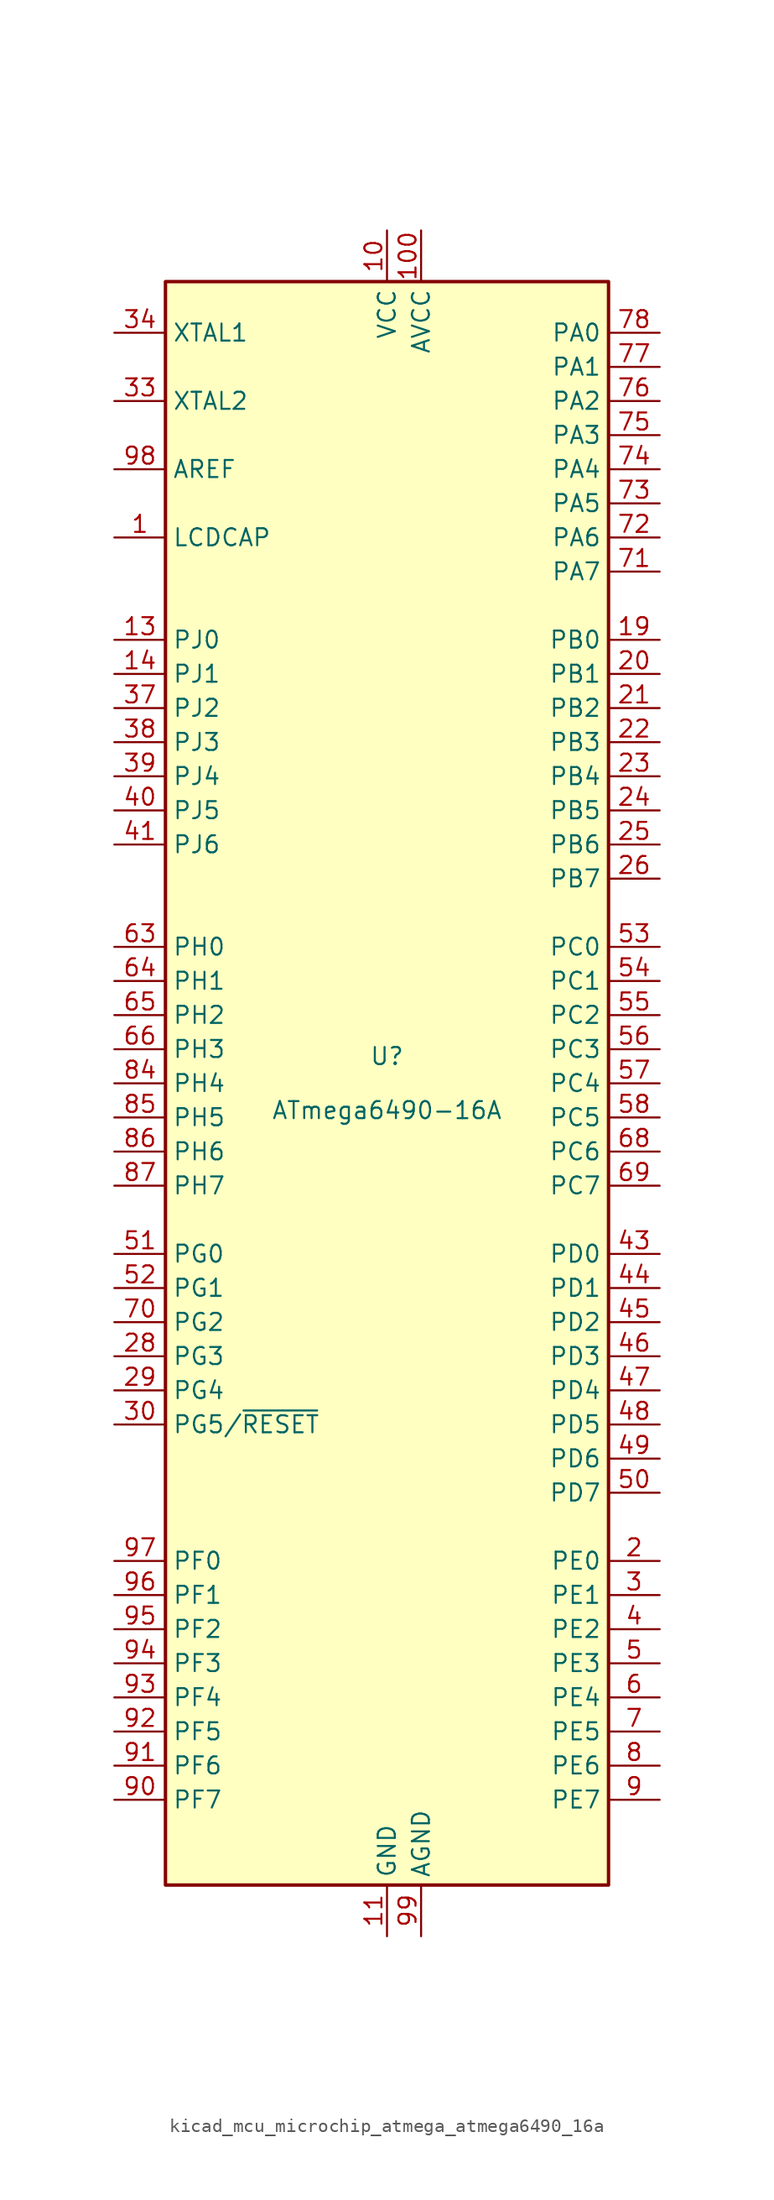
<source format=kicad_sym>
(kicad_symbol_lib
  (version 20220914)
  (generator kicad_symbol_editor)
  (symbol "kicad_mcu_microchip_atmega_atmega6490_16a"
    (property "Reference" "U"
      (at 0 1.27 0)
      (effects (font (size 1.27 1.27)) (justify bottom)))
    (property "Value" "ATmega6490-16A"
      (at 0 -1.27 0)
      (effects (font (size 1.27 1.27)) (justify top)))
    (symbol "kicad_mcu_microchip_atmega_atmega6490_16a_0_1"
      (rectangle (start -16.51 -59.69) (end 16.51 59.69) (stroke (width 0.254) (type default)) (fill (type background))))
    (symbol "kicad_mcu_microchip_atmega_atmega6490_16a_1_1"
      (pin passive line (at -20.32 40.64 0) (length 3.81) (name "LCDCAP" (effects (font (size 1.27 1.27)))) (number "1" (effects (font (size 1.27 1.27)))))
      (pin power_in line (at 0 63.5 270) (length 3.81) (name "VCC" (effects (font (size 1.27 1.27)))) (number "10" (effects (font (size 1.27 1.27)))))
      (pin power_in line (at 2.54 63.5 270) (length 3.81) (name "AVCC" (effects (font (size 1.27 1.27)))) (number "100" (effects (font (size 1.27 1.27)))))
      (pin power_in line (at 0 -63.5 90) (length 3.81) (name "GND" (effects (font (size 1.27 1.27)))) (number "11" (effects (font (size 1.27 1.27)))))
      (pin no_connect line (at -15.24 38.1 0) (length 2.54) hide (name "NC" (effects (font (size 1.27 1.27)))) (number "12" (effects (font (size 1.27 1.27)))))
      (pin bidirectional line (at -20.32 33.02 0) (length 3.81) (name "PJ0" (effects (font (size 1.27 1.27)))) (number "13" (effects (font (size 1.27 1.27)))))
      (pin bidirectional line (at -20.32 30.48 0) (length 3.81) (name "PJ1" (effects (font (size 1.27 1.27)))) (number "14" (effects (font (size 1.27 1.27)))))
      (pin no_connect line (at -15.24 35.56 0) (length 2.54) hide (name "NC" (effects (font (size 1.27 1.27)))) (number "15" (effects (font (size 1.27 1.27)))))
      (pin no_connect line (at -15.24 15.24 0) (length 2.54) hide (name "NC" (effects (font (size 1.27 1.27)))) (number "16" (effects (font (size 1.27 1.27)))))
      (pin no_connect line (at -15.24 12.7 0) (length 2.54) hide (name "NC" (effects (font (size 1.27 1.27)))) (number "17" (effects (font (size 1.27 1.27)))))
      (pin no_connect line (at -15.24 -10.16 0) (length 2.54) hide (name "NC" (effects (font (size 1.27 1.27)))) (number "18" (effects (font (size 1.27 1.27)))))
      (pin bidirectional line (at 20.32 33.02 180) (length 3.81) (name "PB0" (effects (font (size 1.27 1.27)))) (number "19" (effects (font (size 1.27 1.27)))))
      (pin bidirectional line (at 20.32 -35.56 180) (length 3.81) (name "PE0" (effects (font (size 1.27 1.27)))) (number "2" (effects (font (size 1.27 1.27)))))
      (pin bidirectional line (at 20.32 30.48 180) (length 3.81) (name "PB1" (effects (font (size 1.27 1.27)))) (number "20" (effects (font (size 1.27 1.27)))))
      (pin bidirectional line (at 20.32 27.94 180) (length 3.81) (name "PB2" (effects (font (size 1.27 1.27)))) (number "21" (effects (font (size 1.27 1.27)))))
      (pin bidirectional line (at 20.32 25.4 180) (length 3.81) (name "PB3" (effects (font (size 1.27 1.27)))) (number "22" (effects (font (size 1.27 1.27)))))
      (pin bidirectional line (at 20.32 22.86 180) (length 3.81) (name "PB4" (effects (font (size 1.27 1.27)))) (number "23" (effects (font (size 1.27 1.27)))))
      (pin bidirectional line (at 20.32 20.32 180) (length 3.81) (name "PB5" (effects (font (size 1.27 1.27)))) (number "24" (effects (font (size 1.27 1.27)))))
      (pin bidirectional line (at 20.32 17.78 180) (length 3.81) (name "PB6" (effects (font (size 1.27 1.27)))) (number "25" (effects (font (size 1.27 1.27)))))
      (pin bidirectional line (at 20.32 15.24 180) (length 3.81) (name "PB7" (effects (font (size 1.27 1.27)))) (number "26" (effects (font (size 1.27 1.27)))))
      (pin no_connect line (at -15.24 -27.94 0) (length 2.54) hide (name "NC" (effects (font (size 1.27 1.27)))) (number "27" (effects (font (size 1.27 1.27)))))
      (pin bidirectional line (at -20.32 -20.32 0) (length 3.81) (name "PG3" (effects (font (size 1.27 1.27)))) (number "28" (effects (font (size 1.27 1.27)))))
      (pin bidirectional line (at -20.32 -22.86 0) (length 3.81) (name "PG4" (effects (font (size 1.27 1.27)))) (number "29" (effects (font (size 1.27 1.27)))))
      (pin bidirectional line (at 20.32 -38.1 180) (length 3.81) (name "PE1" (effects (font (size 1.27 1.27)))) (number "3" (effects (font (size 1.27 1.27)))))
      (pin bidirectional line (at -20.32 -25.4 0) (length 3.81) (name "PG5/~{RESET}" (effects (font (size 1.27 1.27)))) (number "30" (effects (font (size 1.27 1.27)))))
      (pin passive line (at 0 63.5 270) (length 3.81) hide (name "VCC" (effects (font (size 1.27 1.27)))) (number "31" (effects (font (size 1.27 1.27)))))
      (pin passive line (at 0 -63.5 90) (length 3.81) hide (name "GND" (effects (font (size 1.27 1.27)))) (number "32" (effects (font (size 1.27 1.27)))))
      (pin output line (at -20.32 50.8 0) (length 3.81) (name "XTAL2" (effects (font (size 1.27 1.27)))) (number "33" (effects (font (size 1.27 1.27)))))
      (pin input line (at -20.32 55.88 0) (length 3.81) (name "XTAL1" (effects (font (size 1.27 1.27)))) (number "34" (effects (font (size 1.27 1.27)))))
      (pin no_connect line (at -15.24 -30.48 0) (length 2.54) hide (name "NC" (effects (font (size 1.27 1.27)))) (number "35" (effects (font (size 1.27 1.27)))))
      (pin no_connect line (at -15.24 -33.02 0) (length 2.54) hide (name "NC" (effects (font (size 1.27 1.27)))) (number "36" (effects (font (size 1.27 1.27)))))
      (pin bidirectional line (at -20.32 27.94 0) (length 3.81) (name "PJ2" (effects (font (size 1.27 1.27)))) (number "37" (effects (font (size 1.27 1.27)))))
      (pin bidirectional line (at -20.32 25.4 0) (length 3.81) (name "PJ3" (effects (font (size 1.27 1.27)))) (number "38" (effects (font (size 1.27 1.27)))))
      (pin bidirectional line (at -20.32 22.86 0) (length 3.81) (name "PJ4" (effects (font (size 1.27 1.27)))) (number "39" (effects (font (size 1.27 1.27)))))
      (pin bidirectional line (at 20.32 -40.64 180) (length 3.81) (name "PE2" (effects (font (size 1.27 1.27)))) (number "4" (effects (font (size 1.27 1.27)))))
      (pin bidirectional line (at -20.32 20.32 0) (length 3.81) (name "PJ5" (effects (font (size 1.27 1.27)))) (number "40" (effects (font (size 1.27 1.27)))))
      (pin bidirectional line (at -20.32 17.78 0) (length 3.81) (name "PJ6" (effects (font (size 1.27 1.27)))) (number "41" (effects (font (size 1.27 1.27)))))
      (pin no_connect line (at -15.24 -58.42 90) (length 2.54) hide (name "NC" (effects (font (size 1.27 1.27)))) (number "42" (effects (font (size 1.27 1.27)))))
      (pin bidirectional line (at 20.32 -12.7 180) (length 3.81) (name "PD0" (effects (font (size 1.27 1.27)))) (number "43" (effects (font (size 1.27 1.27)))))
      (pin bidirectional line (at 20.32 -15.24 180) (length 3.81) (name "PD1" (effects (font (size 1.27 1.27)))) (number "44" (effects (font (size 1.27 1.27)))))
      (pin bidirectional line (at 20.32 -17.78 180) (length 3.81) (name "PD2" (effects (font (size 1.27 1.27)))) (number "45" (effects (font (size 1.27 1.27)))))
      (pin bidirectional line (at 20.32 -20.32 180) (length 3.81) (name "PD3" (effects (font (size 1.27 1.27)))) (number "46" (effects (font (size 1.27 1.27)))))
      (pin bidirectional line (at 20.32 -22.86 180) (length 3.81) (name "PD4" (effects (font (size 1.27 1.27)))) (number "47" (effects (font (size 1.27 1.27)))))
      (pin bidirectional line (at 20.32 -25.4 180) (length 3.81) (name "PD5" (effects (font (size 1.27 1.27)))) (number "48" (effects (font (size 1.27 1.27)))))
      (pin bidirectional line (at 20.32 -27.94 180) (length 3.81) (name "PD6" (effects (font (size 1.27 1.27)))) (number "49" (effects (font (size 1.27 1.27)))))
      (pin bidirectional line (at 20.32 -43.18 180) (length 3.81) (name "PE3" (effects (font (size 1.27 1.27)))) (number "5" (effects (font (size 1.27 1.27)))))
      (pin bidirectional line (at 20.32 -30.48 180) (length 3.81) (name "PD7" (effects (font (size 1.27 1.27)))) (number "50" (effects (font (size 1.27 1.27)))))
      (pin bidirectional line (at -20.32 -12.7 0) (length 3.81) (name "PG0" (effects (font (size 1.27 1.27)))) (number "51" (effects (font (size 1.27 1.27)))))
      (pin bidirectional line (at -20.32 -15.24 0) (length 3.81) (name "PG1" (effects (font (size 1.27 1.27)))) (number "52" (effects (font (size 1.27 1.27)))))
      (pin bidirectional line (at 20.32 10.16 180) (length 3.81) (name "PC0" (effects (font (size 1.27 1.27)))) (number "53" (effects (font (size 1.27 1.27)))))
      (pin bidirectional line (at 20.32 7.62 180) (length 3.81) (name "PC1" (effects (font (size 1.27 1.27)))) (number "54" (effects (font (size 1.27 1.27)))))
      (pin bidirectional line (at 20.32 5.08 180) (length 3.81) (name "PC2" (effects (font (size 1.27 1.27)))) (number "55" (effects (font (size 1.27 1.27)))))
      (pin bidirectional line (at 20.32 2.54 180) (length 3.81) (name "PC3" (effects (font (size 1.27 1.27)))) (number "56" (effects (font (size 1.27 1.27)))))
      (pin bidirectional line (at 20.32 0 180) (length 3.81) (name "PC4" (effects (font (size 1.27 1.27)))) (number "57" (effects (font (size 1.27 1.27)))))
      (pin bidirectional line (at 20.32 -2.54 180) (length 3.81) (name "PC5" (effects (font (size 1.27 1.27)))) (number "58" (effects (font (size 1.27 1.27)))))
      (pin no_connect line (at -12.7 -58.42 90) (length 2.54) hide (name "NC" (effects (font (size 1.27 1.27)))) (number "59" (effects (font (size 1.27 1.27)))))
      (pin bidirectional line (at 20.32 -45.72 180) (length 3.81) (name "PE4" (effects (font (size 1.27 1.27)))) (number "6" (effects (font (size 1.27 1.27)))))
      (pin no_connect line (at -10.16 -58.42 90) (length 2.54) hide (name "NC" (effects (font (size 1.27 1.27)))) (number "60" (effects (font (size 1.27 1.27)))))
      (pin no_connect line (at -7.62 -58.42 90) (length 2.54) hide (name "NC" (effects (font (size 1.27 1.27)))) (number "61" (effects (font (size 1.27 1.27)))))
      (pin no_connect line (at -5.08 -58.42 90) (length 2.54) hide (name "NC" (effects (font (size 1.27 1.27)))) (number "62" (effects (font (size 1.27 1.27)))))
      (pin bidirectional line (at -20.32 10.16 0) (length 3.81) (name "PH0" (effects (font (size 1.27 1.27)))) (number "63" (effects (font (size 1.27 1.27)))))
      (pin bidirectional line (at -20.32 7.62 0) (length 3.81) (name "PH1" (effects (font (size 1.27 1.27)))) (number "64" (effects (font (size 1.27 1.27)))))
      (pin bidirectional line (at -20.32 5.08 0) (length 3.81) (name "PH2" (effects (font (size 1.27 1.27)))) (number "65" (effects (font (size 1.27 1.27)))))
      (pin bidirectional line (at -20.32 2.54 0) (length 3.81) (name "PH3" (effects (font (size 1.27 1.27)))) (number "66" (effects (font (size 1.27 1.27)))))
      (pin no_connect line (at -2.54 -58.42 90) (length 2.54) hide (name "NC" (effects (font (size 1.27 1.27)))) (number "67" (effects (font (size 1.27 1.27)))))
      (pin bidirectional line (at 20.32 -5.08 180) (length 3.81) (name "PC6" (effects (font (size 1.27 1.27)))) (number "68" (effects (font (size 1.27 1.27)))))
      (pin bidirectional line (at 20.32 -7.62 180) (length 3.81) (name "PC7" (effects (font (size 1.27 1.27)))) (number "69" (effects (font (size 1.27 1.27)))))
      (pin bidirectional line (at 20.32 -48.26 180) (length 3.81) (name "PE5" (effects (font (size 1.27 1.27)))) (number "7" (effects (font (size 1.27 1.27)))))
      (pin bidirectional line (at -20.32 -17.78 0) (length 3.81) (name "PG2" (effects (font (size 1.27 1.27)))) (number "70" (effects (font (size 1.27 1.27)))))
      (pin bidirectional line (at 20.32 38.1 180) (length 3.81) (name "PA7" (effects (font (size 1.27 1.27)))) (number "71" (effects (font (size 1.27 1.27)))))
      (pin bidirectional line (at 20.32 40.64 180) (length 3.81) (name "PA6" (effects (font (size 1.27 1.27)))) (number "72" (effects (font (size 1.27 1.27)))))
      (pin bidirectional line (at 20.32 43.18 180) (length 3.81) (name "PA5" (effects (font (size 1.27 1.27)))) (number "73" (effects (font (size 1.27 1.27)))))
      (pin bidirectional line (at 20.32 45.72 180) (length 3.81) (name "PA4" (effects (font (size 1.27 1.27)))) (number "74" (effects (font (size 1.27 1.27)))))
      (pin bidirectional line (at 20.32 48.26 180) (length 3.81) (name "PA3" (effects (font (size 1.27 1.27)))) (number "75" (effects (font (size 1.27 1.27)))))
      (pin bidirectional line (at 20.32 50.8 180) (length 3.81) (name "PA2" (effects (font (size 1.27 1.27)))) (number "76" (effects (font (size 1.27 1.27)))))
      (pin bidirectional line (at 20.32 53.34 180) (length 3.81) (name "PA1" (effects (font (size 1.27 1.27)))) (number "77" (effects (font (size 1.27 1.27)))))
      (pin bidirectional line (at 20.32 55.88 180) (length 3.81) (name "PA0" (effects (font (size 1.27 1.27)))) (number "78" (effects (font (size 1.27 1.27)))))
      (pin no_connect line (at 5.08 -58.42 90) (length 2.54) hide (name "NC" (effects (font (size 1.27 1.27)))) (number "79" (effects (font (size 1.27 1.27)))))
      (pin bidirectional line (at 20.32 -50.8 180) (length 3.81) (name "PE6" (effects (font (size 1.27 1.27)))) (number "8" (effects (font (size 1.27 1.27)))))
      (pin passive line (at 0 63.5 270) (length 3.81) hide (name "VCC" (effects (font (size 1.27 1.27)))) (number "80" (effects (font (size 1.27 1.27)))))
      (pin passive line (at 0 -63.5 90) (length 3.81) hide (name "GND" (effects (font (size 1.27 1.27)))) (number "81" (effects (font (size 1.27 1.27)))))
      (pin no_connect line (at 7.62 -58.42 90) (length 2.54) hide (name "NC" (effects (font (size 1.27 1.27)))) (number "82" (effects (font (size 1.27 1.27)))))
      (pin no_connect line (at 10.16 -58.42 90) (length 2.54) hide (name "NC" (effects (font (size 1.27 1.27)))) (number "83" (effects (font (size 1.27 1.27)))))
      (pin bidirectional line (at -20.32 0 0) (length 3.81) (name "PH4" (effects (font (size 1.27 1.27)))) (number "84" (effects (font (size 1.27 1.27)))))
      (pin bidirectional line (at -20.32 -2.54 0) (length 3.81) (name "PH5" (effects (font (size 1.27 1.27)))) (number "85" (effects (font (size 1.27 1.27)))))
      (pin bidirectional line (at -20.32 -5.08 0) (length 3.81) (name "PH6" (effects (font (size 1.27 1.27)))) (number "86" (effects (font (size 1.27 1.27)))))
      (pin bidirectional line (at -20.32 -7.62 0) (length 3.81) (name "PH7" (effects (font (size 1.27 1.27)))) (number "87" (effects (font (size 1.27 1.27)))))
      (pin no_connect line (at 12.7 -58.42 90) (length 2.54) hide (name "NC" (effects (font (size 1.27 1.27)))) (number "88" (effects (font (size 1.27 1.27)))))
      (pin no_connect line (at 15.24 -58.42 90) (length 2.54) hide (name "NC" (effects (font (size 1.27 1.27)))) (number "89" (effects (font (size 1.27 1.27)))))
      (pin bidirectional line (at 20.32 -53.34 180) (length 3.81) (name "PE7" (effects (font (size 1.27 1.27)))) (number "9" (effects (font (size 1.27 1.27)))))
      (pin bidirectional line (at -20.32 -53.34 0) (length 3.81) (name "PF7" (effects (font (size 1.27 1.27)))) (number "90" (effects (font (size 1.27 1.27)))))
      (pin bidirectional line (at -20.32 -50.8 0) (length 3.81) (name "PF6" (effects (font (size 1.27 1.27)))) (number "91" (effects (font (size 1.27 1.27)))))
      (pin bidirectional line (at -20.32 -48.26 0) (length 3.81) (name "PF5" (effects (font (size 1.27 1.27)))) (number "92" (effects (font (size 1.27 1.27)))))
      (pin bidirectional line (at -20.32 -45.72 0) (length 3.81) (name "PF4" (effects (font (size 1.27 1.27)))) (number "93" (effects (font (size 1.27 1.27)))))
      (pin bidirectional line (at -20.32 -43.18 0) (length 3.81) (name "PF3" (effects (font (size 1.27 1.27)))) (number "94" (effects (font (size 1.27 1.27)))))
      (pin bidirectional line (at -20.32 -40.64 0) (length 3.81) (name "PF2" (effects (font (size 1.27 1.27)))) (number "95" (effects (font (size 1.27 1.27)))))
      (pin bidirectional line (at -20.32 -38.1 0) (length 3.81) (name "PF1" (effects (font (size 1.27 1.27)))) (number "96" (effects (font (size 1.27 1.27)))))
      (pin bidirectional line (at -20.32 -35.56 0) (length 3.81) (name "PF0" (effects (font (size 1.27 1.27)))) (number "97" (effects (font (size 1.27 1.27)))))
      (pin passive line (at -20.32 45.72 0) (length 3.81) (name "AREF" (effects (font (size 1.27 1.27)))) (number "98" (effects (font (size 1.27 1.27)))))
      (pin power_in line (at 2.54 -63.5 90) (length 3.81) (name "AGND" (effects (font (size 1.27 1.27)))) (number "99" (effects (font (size 1.27 1.27))))))))
</source>
